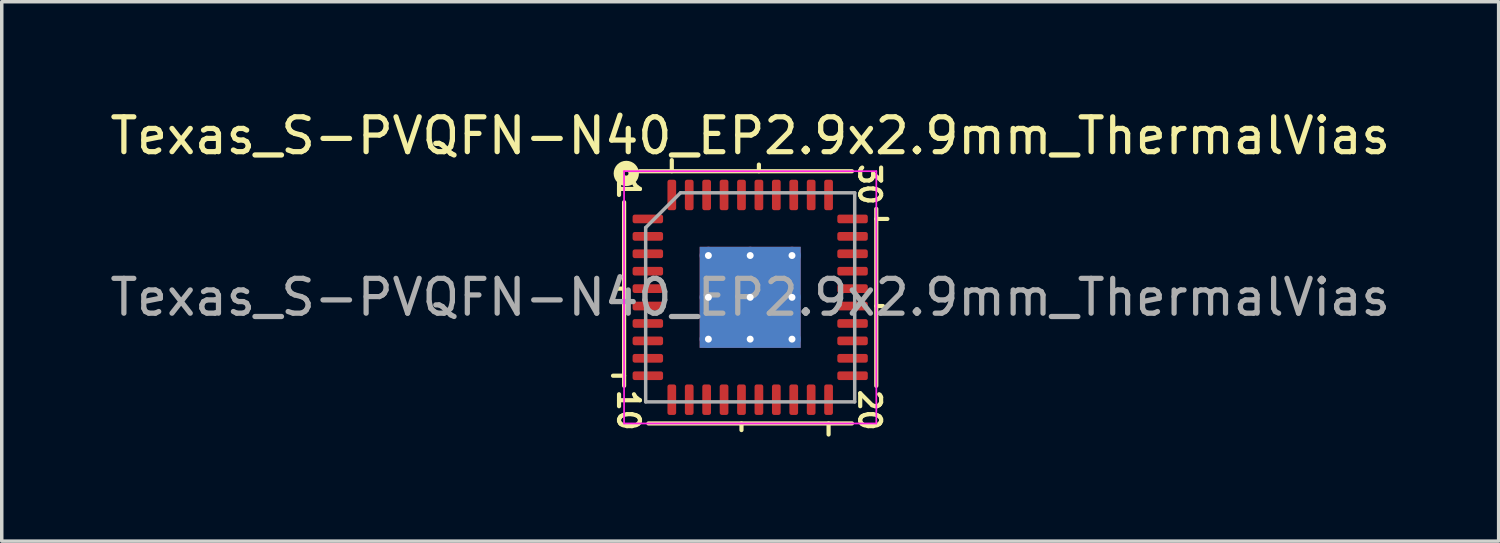
<source format=kicad_pcb>
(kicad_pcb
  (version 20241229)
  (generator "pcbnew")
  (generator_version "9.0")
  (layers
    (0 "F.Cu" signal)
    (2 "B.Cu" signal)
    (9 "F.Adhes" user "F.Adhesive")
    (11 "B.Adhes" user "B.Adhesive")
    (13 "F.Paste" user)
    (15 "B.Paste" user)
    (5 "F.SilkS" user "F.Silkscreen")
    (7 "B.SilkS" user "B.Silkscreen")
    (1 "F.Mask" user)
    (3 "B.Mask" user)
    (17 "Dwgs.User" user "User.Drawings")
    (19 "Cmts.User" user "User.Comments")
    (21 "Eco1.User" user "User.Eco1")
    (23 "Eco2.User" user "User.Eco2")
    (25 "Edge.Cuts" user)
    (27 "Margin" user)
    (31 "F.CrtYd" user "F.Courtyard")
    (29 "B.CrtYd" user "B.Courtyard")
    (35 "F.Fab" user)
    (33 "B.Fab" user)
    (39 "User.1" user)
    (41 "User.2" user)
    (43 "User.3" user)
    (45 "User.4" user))
  (footprint "Texas_S-PVQFN-N40_EP2.9x2.9mm_ThermalVias"
    (layer "F.Cu")
    (at 18.482 5.484)
    (property "Reference" "Texas_S-PVQFN-N40_EP2.9x2.9mm_ThermalVias" (at 0 -4.636 0) (layer "F.SilkS") (effects (font (size 1 1) (thickness 0.15))))
    (attr smd)
    (fp_line (start -3.619 -2.731) (end -3.619 2.54) (stroke (width 0.12) (type solid)) (layer "F.SilkS"))
    (fp_line (start -3.619 -0.25) (end -3.81 -0.25) (stroke (width 0.12) (type solid)) (layer "F.SilkS"))
    (fp_line (start -3.619 2.25) (end -3.937 2.25) (stroke (width 0.12) (type solid)) (layer "F.SilkS"))
    (fp_line (start -2.921 3.619) (end 2.921 3.619) (stroke (width 0.12) (type solid)) (layer "F.SilkS"))
    (fp_line (start -2.25 -3.619) (end -2.25 -3.937) (stroke (width 0.12) (type solid)) (layer "F.SilkS"))
    (fp_line (start -0.25 3.619) (end -0.25 3.81) (stroke (width 0.12) (type solid)) (layer "F.SilkS"))
    (fp_line (start 0.25 -3.619) (end 0.25 -3.81) (stroke (width 0.12) (type solid)) (layer "F.SilkS"))
    (fp_line (start 2.25 3.619) (end 2.25 3.937) (stroke (width 0.12) (type solid)) (layer "F.SilkS"))
    (fp_line (start 2.921 -3.619) (end -3.175 -3.619) (stroke (width 0.12) (type solid)) (layer "F.SilkS"))
    (fp_line (start 3.619 -2.25) (end 3.937 -2.25) (stroke (width 0.12) (type solid)) (layer "F.SilkS"))
    (fp_line (start 3.619 0.25) (end 3.81 0.25) (stroke (width 0.12) (type solid)) (layer "F.SilkS"))
    (fp_line (start 3.619 2.54) (end 3.619 -2.54) (stroke (width 0.12) (type solid)) (layer "F.SilkS"))
    (fp_circle (center -3.556 -3.556) (end -3.493 -3.556) (stroke (width 0.3) (type solid)) (fill no) (layer "F.SilkS"))
    (fp_line (start -3.62 -3.62) (end -3.62 3.62) (stroke (width 0.05) (type solid)) (layer "F.CrtYd"))
    (fp_line (start -3.62 3.62) (end 3.62 3.62) (stroke (width 0.05) (type solid)) (layer "F.CrtYd"))
    (fp_line (start 3.62 -3.62) (end -3.62 -3.62) (stroke (width 0.05) (type solid)) (layer "F.CrtYd"))
    (fp_line (start 3.62 3.62) (end 3.62 -3.62) (stroke (width 0.05) (type solid)) (layer "F.CrtYd"))
    (fp_line (start -3 -2) (end -2 -3) (stroke (width 0.1) (type solid)) (layer "F.Fab"))
    (fp_line (start -3 3) (end -3 -2) (stroke (width 0.1) (type solid)) (layer "F.Fab"))
    (fp_line (start -2 -3) (end 3 -3) (stroke (width 0.1) (type solid)) (layer "F.Fab"))
    (fp_line (start 3 -3) (end 3 3) (stroke (width 0.1) (type solid)) (layer "F.Fab"))
    (fp_line (start 3 3) (end -3 3) (stroke (width 0.1) (type solid)) (layer "F.Fab"))
    (fp_text user "30" (at 3.429 -3.239 270) (unlocked yes) (layer "F.SilkS") (effects (font (size 0.6 0.6) (thickness 0.12))))
    (fp_text user "20" (at 3.429 3.239 270) (unlocked yes) (layer "F.SilkS") (effects (font (size 0.6 0.6) (thickness 0.12))))
    (fp_text user "1" (at -3.493 -3.111 270) (unlocked yes) (layer "F.SilkS") (effects (font (size 0.6 0.6) (thickness 0.12))))
    (fp_text user "10" (at -3.493 3.239 270) (unlocked yes) (layer "F.SilkS") (effects (font (size 0.6 0.6) (thickness 0.12))))
    (fp_text user "${REFERENCE}" (at 0 0 0) (layer "F.Fab") (effects (font (size 1 1) (thickness 0.15))))
    (pad "" smd roundrect (at -0.725 -0.725) (size 1.21 1.21) (layers "F.Paste") (roundrect_rratio 0.207))
    (pad "" smd roundrect (at -0.725 0.725) (size 1.21 1.21) (layers "F.Paste") (roundrect_rratio 0.207))
    (pad "" smd roundrect (at 0.725 -0.725) (size 1.21 1.21) (layers "F.Paste") (roundrect_rratio 0.207))
    (pad "" smd roundrect (at 0.725 0.725) (size 1.21 1.21) (layers "F.Paste") (roundrect_rratio 0.207))
    (pad "1" smd roundrect (at -2.938 -2.25) (size 0.875 0.25) (layers "F.Cu" "F.Mask" "F.Paste") (roundrect_rratio 0.25))
    (pad "2" smd roundrect (at -2.938 -1.75) (size 0.875 0.25) (layers "F.Cu" "F.Mask" "F.Paste") (roundrect_rratio 0.25))
    (pad "3" smd roundrect (at -2.938 -1.25) (size 0.875 0.25) (layers "F.Cu" "F.Mask" "F.Paste") (roundrect_rratio 0.25))
    (pad "4" smd roundrect (at -2.938 -0.75) (size 0.875 0.25) (layers "F.Cu" "F.Mask" "F.Paste") (roundrect_rratio 0.25))
    (pad "5" smd roundrect (at -2.938 -0.25) (size 0.875 0.25) (layers "F.Cu" "F.Mask" "F.Paste") (roundrect_rratio 0.25))
    (pad "6" smd roundrect (at -2.938 0.25) (size 0.875 0.25) (layers "F.Cu" "F.Mask" "F.Paste") (roundrect_rratio 0.25))
    (pad "7" smd roundrect (at -2.938 0.75) (size 0.875 0.25) (layers "F.Cu" "F.Mask" "F.Paste") (roundrect_rratio 0.25))
    (pad "8" smd roundrect (at -2.938 1.25) (size 0.875 0.25) (layers "F.Cu" "F.Mask" "F.Paste") (roundrect_rratio 0.25))
    (pad "9" smd roundrect (at -2.938 1.75) (size 0.875 0.25) (layers "F.Cu" "F.Mask" "F.Paste") (roundrect_rratio 0.25))
    (pad "10" smd roundrect (at -2.938 2.25) (size 0.875 0.25) (layers "F.Cu" "F.Mask" "F.Paste") (roundrect_rratio 0.25))
    (pad "11" smd roundrect (at -2.25 2.938) (size 0.25 0.875) (layers "F.Cu" "F.Mask" "F.Paste") (roundrect_rratio 0.25))
    (pad "12" smd roundrect (at -1.75 2.938) (size 0.25 0.875) (layers "F.Cu" "F.Mask" "F.Paste") (roundrect_rratio 0.25))
    (pad "13" smd roundrect (at -1.25 2.938) (size 0.25 0.875) (layers "F.Cu" "F.Mask" "F.Paste") (roundrect_rratio 0.25))
    (pad "14" smd roundrect (at -0.75 2.938) (size 0.25 0.875) (layers "F.Cu" "F.Mask" "F.Paste") (roundrect_rratio 0.25))
    (pad "15" smd roundrect (at -0.25 2.938) (size 0.25 0.875) (layers "F.Cu" "F.Mask" "F.Paste") (roundrect_rratio 0.25))
    (pad "16" smd roundrect (at 0.25 2.938) (size 0.25 0.875) (layers "F.Cu" "F.Mask" "F.Paste") (roundrect_rratio 0.25))
    (pad "17" smd roundrect (at 0.75 2.938) (size 0.25 0.875) (layers "F.Cu" "F.Mask" "F.Paste") (roundrect_rratio 0.25))
    (pad "18" smd roundrect (at 1.25 2.938) (size 0.25 0.875) (layers "F.Cu" "F.Mask" "F.Paste") (roundrect_rratio 0.25))
    (pad "19" smd roundrect (at 1.75 2.938) (size 0.25 0.875) (layers "F.Cu" "F.Mask" "F.Paste") (roundrect_rratio 0.25))
    (pad "20" smd roundrect (at 2.25 2.938) (size 0.25 0.875) (layers "F.Cu" "F.Mask" "F.Paste") (roundrect_rratio 0.25))
    (pad "21" smd roundrect (at 2.938 2.25) (size 0.875 0.25) (layers "F.Cu" "F.Mask" "F.Paste") (roundrect_rratio 0.25))
    (pad "22" smd roundrect (at 2.938 1.75) (size 0.875 0.25) (layers "F.Cu" "F.Mask" "F.Paste") (roundrect_rratio 0.25))
    (pad "23" smd roundrect (at 2.938 1.25) (size 0.875 0.25) (layers "F.Cu" "F.Mask" "F.Paste") (roundrect_rratio 0.25))
    (pad "24" smd roundrect (at 2.938 0.75) (size 0.875 0.25) (layers "F.Cu" "F.Mask" "F.Paste") (roundrect_rratio 0.25))
    (pad "25" smd roundrect (at 2.938 0.25) (size 0.875 0.25) (layers "F.Cu" "F.Mask" "F.Paste") (roundrect_rratio 0.25))
    (pad "26" smd roundrect (at 2.938 -0.25) (size 0.875 0.25) (layers "F.Cu" "F.Mask" "F.Paste") (roundrect_rratio 0.25))
    (pad "27" smd roundrect (at 2.938 -0.75) (size 0.875 0.25) (layers "F.Cu" "F.Mask" "F.Paste") (roundrect_rratio 0.25))
    (pad "28" smd roundrect (at 2.938 -1.25) (size 0.875 0.25) (layers "F.Cu" "F.Mask" "F.Paste") (roundrect_rratio 0.25))
    (pad "29" smd roundrect (at 2.938 -1.75) (size 0.875 0.25) (layers "F.Cu" "F.Mask" "F.Paste") (roundrect_rratio 0.25))
    (pad "30" smd roundrect (at 2.938 -2.25) (size 0.875 0.25) (layers "F.Cu" "F.Mask" "F.Paste") (roundrect_rratio 0.25))
    (pad "31" smd roundrect (at 2.25 -2.938) (size 0.25 0.875) (layers "F.Cu" "F.Mask" "F.Paste") (roundrect_rratio 0.25))
    (pad "32" smd roundrect (at 1.75 -2.938) (size 0.25 0.875) (layers "F.Cu" "F.Mask" "F.Paste") (roundrect_rratio 0.25))
    (pad "33" smd roundrect (at 1.25 -2.938) (size 0.25 0.875) (layers "F.Cu" "F.Mask" "F.Paste") (roundrect_rratio 0.25))
    (pad "34" smd roundrect (at 0.75 -2.938) (size 0.25 0.875) (layers "F.Cu" "F.Mask" "F.Paste") (roundrect_rratio 0.25))
    (pad "35" smd roundrect (at 0.25 -2.938) (size 0.25 0.875) (layers "F.Cu" "F.Mask" "F.Paste") (roundrect_rratio 0.25))
    (pad "36" smd roundrect (at -0.25 -2.938) (size 0.25 0.875) (layers "F.Cu" "F.Mask" "F.Paste") (roundrect_rratio 0.25))
    (pad "37" smd roundrect (at -0.75 -2.938) (size 0.25 0.875) (layers "F.Cu" "F.Mask" "F.Paste") (roundrect_rratio 0.25))
    (pad "38" smd roundrect (at -1.25 -2.938) (size 0.25 0.875) (layers "F.Cu" "F.Mask" "F.Paste") (roundrect_rratio 0.25))
    (pad "39" smd roundrect (at -1.75 -2.938) (size 0.25 0.875) (layers "F.Cu" "F.Mask" "F.Paste") (roundrect_rratio 0.25))
    (pad "40" smd roundrect (at -2.25 -2.938) (size 0.25 0.875) (layers "F.Cu" "F.Mask" "F.Paste") (roundrect_rratio 0.25))
    (pad "41" thru_hole circle (at -1.2 -1.2) (size 0.5 0.5) (drill 0.2) (layers "*.Cu"))
    (pad "41" thru_hole circle (at -1.2 0) (size 0.5 0.5) (drill 0.2) (layers "*.Cu"))
    (pad "41" thru_hole circle (at -1.2 1.2) (size 0.5 0.5) (drill 0.2) (layers "*.Cu"))
    (pad "41" thru_hole circle (at 0 -1.2) (size 0.5 0.5) (drill 0.2) (layers "*.Cu"))
    (pad "41" thru_hole circle (at 0 0) (size 0.5 0.5) (drill 0.2) (layers "*.Cu"))
    (pad "41" smd rect (at 0 0) (size 2.9 2.9) (layers "F.Cu" "F.Mask"))
    (pad "41" smd rect (at 0 0) (size 2.9 2.9) (layers "B.Cu" "B.Mask"))
    (pad "41" thru_hole circle (at 0 1.2) (size 0.5 0.5) (drill 0.2) (layers "*.Cu"))
    (pad "41" thru_hole circle (at 1.2 -1.2) (size 0.5 0.5) (drill 0.2) (layers "*.Cu"))
    (pad "41" thru_hole circle (at 1.2 0) (size 0.5 0.5) (drill 0.2) (layers "*.Cu"))
    (pad "41" thru_hole circle (at 1.2 1.2) (size 0.5 0.5) (drill 0.2) (layers "*.Cu")))
  (gr_rect
    (start -3 -3)
    (end 39.964 12.481)
    (stroke (width 0.1) (type default))
    (fill no)
    (layer "Edge.Cuts")))
</source>
